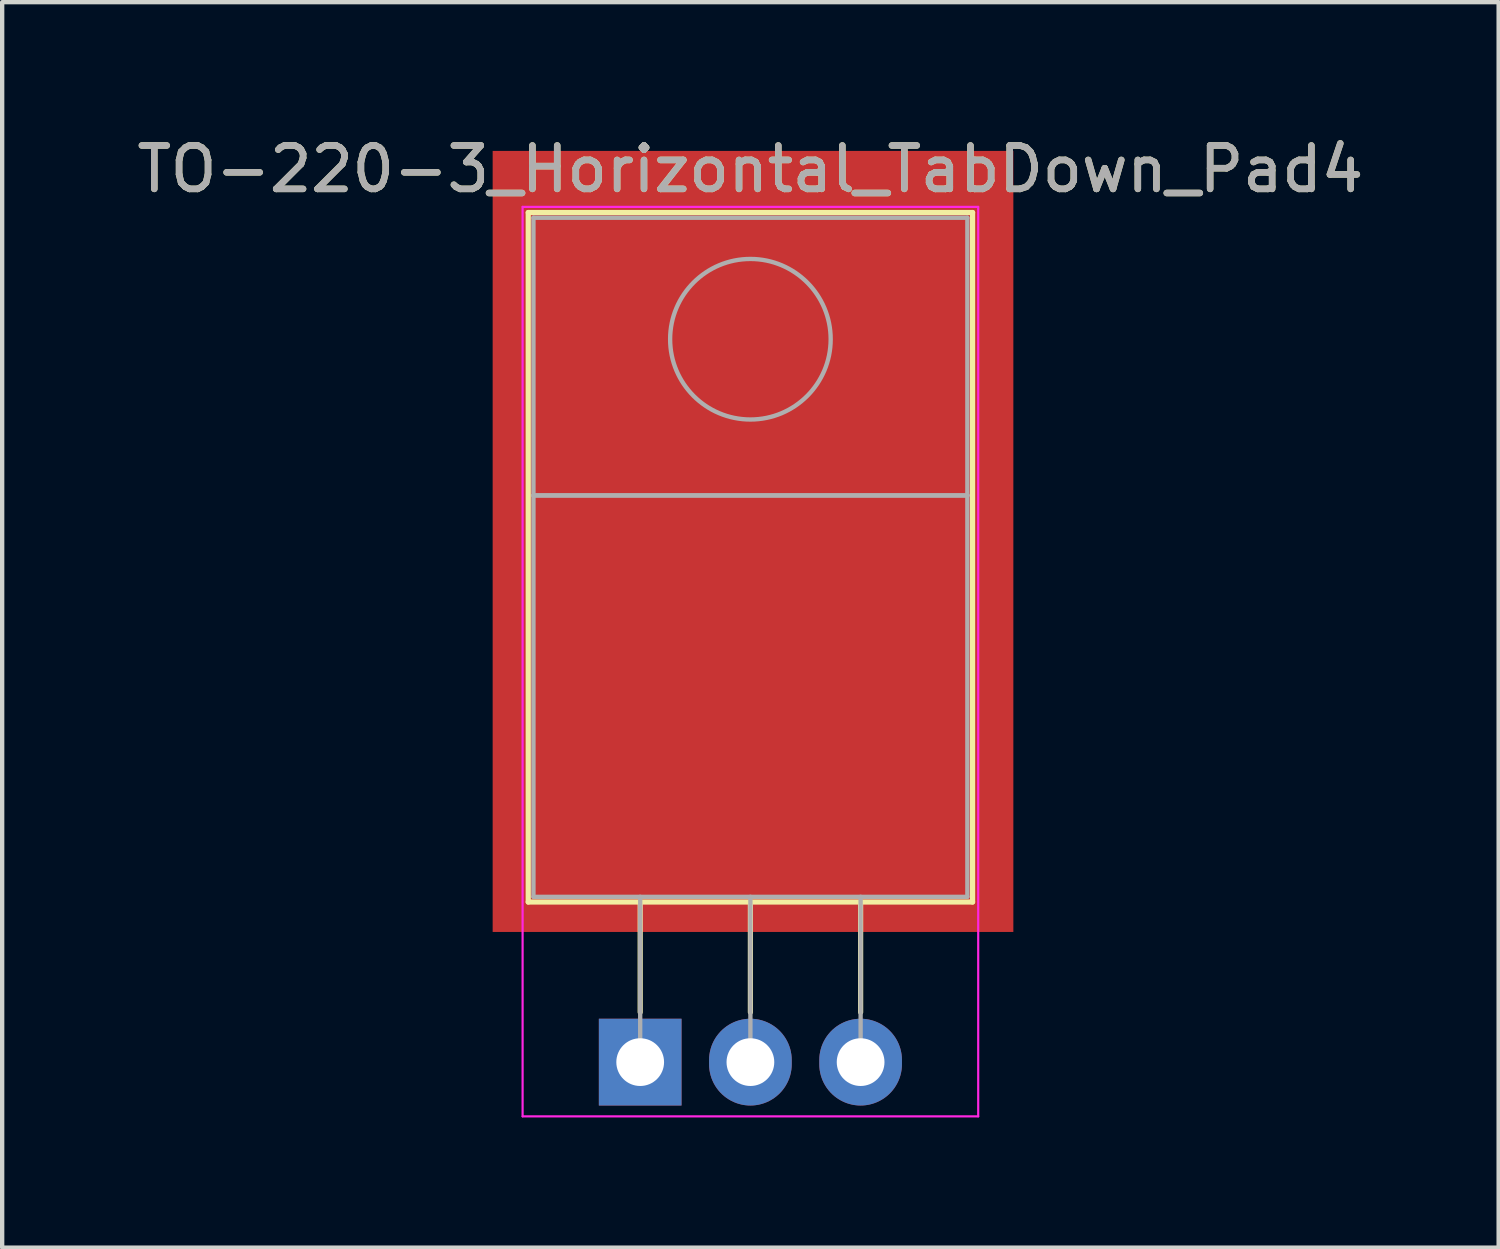
<source format=kicad_pcb>
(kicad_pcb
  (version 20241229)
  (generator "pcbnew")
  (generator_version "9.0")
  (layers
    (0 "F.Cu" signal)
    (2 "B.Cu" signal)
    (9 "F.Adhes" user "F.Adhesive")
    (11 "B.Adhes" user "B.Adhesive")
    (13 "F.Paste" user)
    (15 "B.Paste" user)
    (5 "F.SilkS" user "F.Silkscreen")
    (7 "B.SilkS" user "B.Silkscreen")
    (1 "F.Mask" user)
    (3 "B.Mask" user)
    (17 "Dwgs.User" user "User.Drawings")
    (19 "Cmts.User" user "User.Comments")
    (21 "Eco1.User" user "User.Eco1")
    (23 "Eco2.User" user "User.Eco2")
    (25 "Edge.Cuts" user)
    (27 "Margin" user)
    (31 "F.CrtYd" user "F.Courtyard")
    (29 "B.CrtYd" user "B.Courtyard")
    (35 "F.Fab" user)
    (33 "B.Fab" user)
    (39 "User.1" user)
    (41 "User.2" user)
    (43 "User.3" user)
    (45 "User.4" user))
  (footprint "TO-220-3_Horizontal_TabDown_Pad4"
    (layer "F.Cu")
    (at 11.704 21.428)
    (property "Reference" "TO-220-3_Horizontal_TabDown_Pad4" (at 2.54 -20.58 0) (layer "F.SilkS") (effects (font (size 1 1) (thickness 0.15))))
    (attr through_hole)
    (fp_line (start -2.58 -19.58) (end -2.58 -3.69) (stroke (width 0.12) (type solid)) (layer "F.SilkS"))
    (fp_line (start -2.58 -19.58) (end 7.66 -19.58) (stroke (width 0.12) (type solid)) (layer "F.SilkS"))
    (fp_line (start -2.58 -3.69) (end 7.66 -3.69) (stroke (width 0.12) (type solid)) (layer "F.SilkS"))
    (fp_line (start 0 -3.69) (end 0 -1.15) (stroke (width 0.12) (type solid)) (layer "F.SilkS"))
    (fp_line (start 2.54 -3.69) (end 2.54 -1.15) (stroke (width 0.12) (type solid)) (layer "F.SilkS"))
    (fp_line (start 5.08 -3.69) (end 5.08 -1.15) (stroke (width 0.12) (type solid)) (layer "F.SilkS"))
    (fp_line (start 7.66 -19.58) (end 7.66 -3.69) (stroke (width 0.12) (type solid)) (layer "F.SilkS"))
    (fp_line (start -2.71 -19.71) (end -2.71 1.25) (stroke (width 0.05) (type solid)) (layer "F.CrtYd"))
    (fp_line (start -2.71 1.25) (end 7.79 1.25) (stroke (width 0.05) (type solid)) (layer "F.CrtYd"))
    (fp_line (start 7.79 -19.71) (end -2.71 -19.71) (stroke (width 0.05) (type solid)) (layer "F.CrtYd"))
    (fp_line (start 7.79 1.25) (end 7.79 -19.71) (stroke (width 0.05) (type solid)) (layer "F.CrtYd"))
    (fp_line (start -2.46 -19.46) (end 7.54 -19.46) (stroke (width 0.1) (type solid)) (layer "F.Fab"))
    (fp_line (start -2.46 -13.06) (end -2.46 -19.46) (stroke (width 0.1) (type solid)) (layer "F.Fab"))
    (fp_line (start -2.46 -13.06) (end 7.54 -13.06) (stroke (width 0.1) (type solid)) (layer "F.Fab"))
    (fp_line (start -2.46 -3.81) (end -2.46 -13.06) (stroke (width 0.1) (type solid)) (layer "F.Fab"))
    (fp_line (start 0 -3.81) (end 0 0) (stroke (width 0.1) (type solid)) (layer "F.Fab"))
    (fp_line (start 2.54 -3.81) (end 2.54 0) (stroke (width 0.1) (type solid)) (layer "F.Fab"))
    (fp_line (start 5.08 -3.81) (end 5.08 0) (stroke (width 0.1) (type solid)) (layer "F.Fab"))
    (fp_line (start 7.54 -19.46) (end 7.54 -13.06) (stroke (width 0.1) (type solid)) (layer "F.Fab"))
    (fp_line (start 7.54 -13.06) (end -2.46 -13.06) (stroke (width 0.1) (type solid)) (layer "F.Fab"))
    (fp_line (start 7.54 -13.06) (end 7.54 -3.81) (stroke (width 0.1) (type solid)) (layer "F.Fab"))
    (fp_line (start 7.54 -3.81) (end -2.46 -3.81) (stroke (width 0.1) (type solid)) (layer "F.Fab"))
    (fp_circle (center 2.54 -16.66) (end 4.39 -16.66) (stroke (width 0.1) (type solid)) (fill no) (layer "F.Fab"))
    (fp_text user "${REFERENCE}" (at 2.54 -20.58 0) (layer "F.Fab") (effects (font (size 1 1) (thickness 0.15))))
    (pad "1" thru_hole rect (at 0 0) (size 1.905 2) (drill 1.1) (layers "*.Cu" "*.Mask"))
    (pad "2" thru_hole oval (at 2.54 0) (size 1.905 2) (drill 1.1) (layers "*.Cu" "*.Mask"))
    (pad "3" thru_hole oval (at 5.08 0) (size 1.905 2) (drill 1.1) (layers "*.Cu" "*.Mask"))
    (pad "4" smd custom (at 2.6 -12) (size 12 18) (layers "F.Cu" "F.Mask" "F.Paste") (options (anchor rect)) (primitives)))
  (gr_rect
    (start -3 -3)
    (end 31.488 25.703)
    (stroke (width 0.1) (type default))
    (fill no)
    (layer "Edge.Cuts")))
</source>
